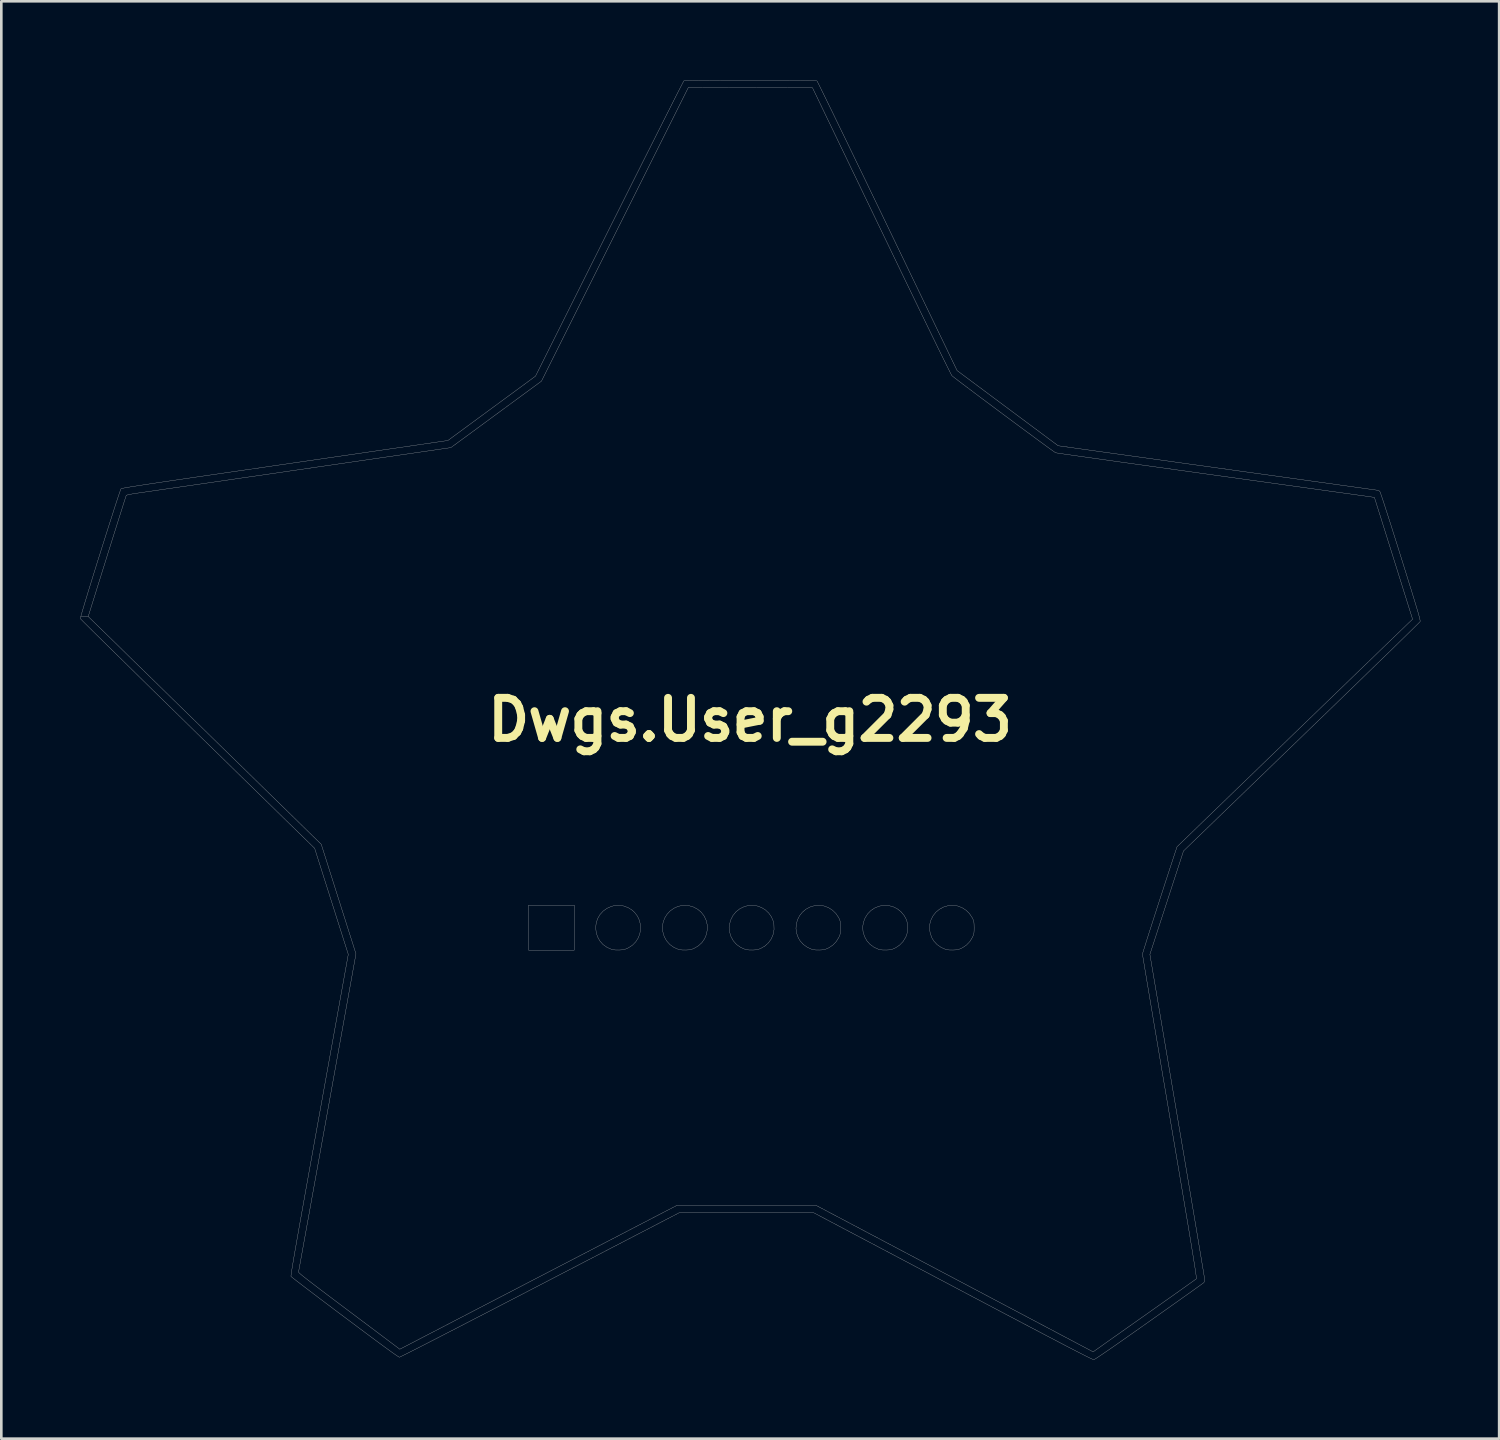
<source format=kicad_pcb>
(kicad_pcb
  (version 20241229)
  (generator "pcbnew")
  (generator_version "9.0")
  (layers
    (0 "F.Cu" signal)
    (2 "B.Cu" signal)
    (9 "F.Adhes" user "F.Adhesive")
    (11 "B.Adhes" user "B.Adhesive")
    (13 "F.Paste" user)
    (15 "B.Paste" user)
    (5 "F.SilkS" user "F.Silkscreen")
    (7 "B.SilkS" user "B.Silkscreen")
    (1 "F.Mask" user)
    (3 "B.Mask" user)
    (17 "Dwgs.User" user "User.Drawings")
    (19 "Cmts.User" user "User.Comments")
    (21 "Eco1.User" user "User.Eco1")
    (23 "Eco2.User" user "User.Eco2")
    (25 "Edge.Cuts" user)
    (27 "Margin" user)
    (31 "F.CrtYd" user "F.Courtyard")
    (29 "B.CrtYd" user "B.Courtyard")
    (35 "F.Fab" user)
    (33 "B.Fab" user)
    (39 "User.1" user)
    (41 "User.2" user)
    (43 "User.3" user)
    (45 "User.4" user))
  (footprint "Dwgs.User_g2293"
    (layer "F.Cu")
    (at 25.478 24.325)
    (property "Reference" "Dwgs.User_g2293" (at 0 0 0) (layer "F.SilkS") (effects (font (size 1.524 1.524) (thickness 0.3))))
    (attr through_hole)
    (fp_poly (pts (xy -6.689 8.763) (xy -8.424 8.763) (xy -8.424 7.048) (xy -6.689 7.048) (xy -6.689 8.763)) (stroke (width 0.01) (type solid)) (fill no) (layer "Dwgs.User"))
    (fp_poly (pts (xy -4.804 7.083) (xy -4.635 7.146) (xy -4.481 7.244) (xy -4.391 7.327) (xy -4.281 7.473) (xy -4.208 7.633) (xy -4.17 7.802) (xy -4.166 7.973) (xy -4.195 8.141) (xy -4.257 8.3) (xy -4.35 8.445) (xy -4.472 8.571) (xy -4.624 8.67) (xy -4.652 8.684) (xy -4.733 8.719) (xy -4.803 8.74) (xy -4.882 8.751) (xy -4.985 8.757) (xy -5.105 8.756) (xy -5.204 8.747) (xy -5.26 8.735) (xy -5.443 8.654) (xy -5.596 8.545) (xy -5.717 8.408) (xy -5.805 8.246) (xy -5.854 8.084) (xy -5.873 7.899) (xy -5.852 7.721) (xy -5.795 7.555) (xy -5.706 7.404) (xy -5.587 7.274) (xy -5.442 7.17) (xy -5.273 7.096) (xy -5.159 7.067) (xy -4.981 7.056) (xy -4.804 7.083)) (stroke (width 0.01) (type solid)) (fill no) (layer "Dwgs.User"))
    (fp_poly (pts (xy -2.334 7.067) (xy -2.152 7.121) (xy -1.99 7.208) (xy -1.854 7.325) (xy -1.745 7.468) (xy -1.669 7.632) (xy -1.634 7.785) (xy -1.627 7.976) (xy -1.66 8.158) (xy -1.729 8.325) (xy -1.832 8.473) (xy -1.967 8.597) (xy -2.117 8.686) (xy -2.195 8.72) (xy -2.266 8.741) (xy -2.346 8.752) (xy -2.445 8.757) (xy -2.565 8.756) (xy -2.664 8.747) (xy -2.72 8.735) (xy -2.903 8.654) (xy -3.056 8.544) (xy -3.178 8.406) (xy -3.267 8.243) (xy -3.321 8.056) (xy -3.324 8.041) (xy -3.334 7.863) (xy -3.306 7.692) (xy -3.245 7.533) (xy -3.154 7.39) (xy -3.037 7.267) (xy -2.899 7.169) (xy -2.744 7.098) (xy -2.577 7.06) (xy -2.401 7.058) (xy -2.334 7.067)) (stroke (width 0.01) (type solid)) (fill no) (layer "Dwgs.User"))
    (fp_poly (pts (xy 0.273 7.081) (xy 0.435 7.141) (xy 0.583 7.232) (xy 0.709 7.351) (xy 0.809 7.492) (xy 0.878 7.654) (xy 0.905 7.78) (xy 0.911 7.974) (xy 0.878 8.157) (xy 0.81 8.325) (xy 0.707 8.473) (xy 0.573 8.597) (xy 0.423 8.686) (xy 0.345 8.72) (xy 0.274 8.741) (xy 0.194 8.752) (xy 0.095 8.757) (xy -0.024 8.756) (xy -0.123 8.747) (xy -0.18 8.735) (xy -0.363 8.654) (xy -0.516 8.545) (xy -0.638 8.408) (xy -0.727 8.245) (xy -0.774 8.092) (xy -0.793 7.993) (xy -0.799 7.913) (xy -0.793 7.831) (xy -0.787 7.797) (xy -0.736 7.609) (xy -0.651 7.442) (xy -0.534 7.3) (xy -0.39 7.187) (xy -0.222 7.106) (xy -0.079 7.067) (xy 0.099 7.055) (xy 0.273 7.081)) (stroke (width 0.01) (type solid)) (fill no) (layer "Dwgs.User"))
    (fp_poly (pts (xy 2.814 7.082) (xy 2.981 7.145) (xy 3.132 7.241) (xy 3.262 7.366) (xy 3.365 7.518) (xy 3.385 7.556) (xy 3.41 7.614) (xy 3.426 7.667) (xy 3.435 7.728) (xy 3.439 7.809) (xy 3.44 7.906) (xy 3.439 8.012) (xy 3.435 8.088) (xy 3.425 8.147) (xy 3.408 8.201) (xy 3.381 8.263) (xy 3.374 8.276) (xy 3.278 8.433) (xy 3.149 8.567) (xy 2.997 8.67) (xy 2.963 8.686) (xy 2.885 8.72) (xy 2.814 8.741) (xy 2.734 8.752) (xy 2.635 8.757) (xy 2.515 8.756) (xy 2.416 8.747) (xy 2.36 8.735) (xy 2.183 8.656) (xy 2.03 8.548) (xy 1.907 8.415) (xy 1.835 8.296) (xy 1.77 8.121) (xy 1.745 7.943) (xy 1.757 7.769) (xy 1.804 7.603) (xy 1.882 7.451) (xy 1.99 7.316) (xy 2.125 7.203) (xy 2.284 7.119) (xy 2.461 7.067) (xy 2.639 7.055) (xy 2.814 7.082)) (stroke (width 0.01) (type solid)) (fill no) (layer "Dwgs.User"))
    (fp_poly (pts (xy 5.265 7.065) (xy 5.435 7.108) (xy 5.593 7.186) (xy 5.734 7.296) (xy 5.854 7.438) (xy 5.92 7.552) (xy 5.947 7.61) (xy 5.964 7.662) (xy 5.974 7.719) (xy 5.978 7.794) (xy 5.98 7.898) (xy 5.98 7.906) (xy 5.979 8.012) (xy 5.975 8.088) (xy 5.965 8.147) (xy 5.948 8.201) (xy 5.921 8.263) (xy 5.914 8.276) (xy 5.818 8.433) (xy 5.689 8.567) (xy 5.537 8.67) (xy 5.503 8.686) (xy 5.425 8.72) (xy 5.354 8.741) (xy 5.274 8.752) (xy 5.175 8.757) (xy 5.055 8.756) (xy 4.956 8.747) (xy 4.9 8.735) (xy 4.718 8.654) (xy 4.564 8.543) (xy 4.441 8.405) (xy 4.351 8.242) (xy 4.296 8.055) (xy 4.294 8.044) (xy 4.283 7.869) (xy 4.312 7.695) (xy 4.376 7.53) (xy 4.472 7.38) (xy 4.597 7.252) (xy 4.737 7.159) (xy 4.911 7.088) (xy 5.088 7.057) (xy 5.265 7.065)) (stroke (width 0.01) (type solid)) (fill no) (layer "Dwgs.User"))
    (fp_poly (pts (xy 7.896 7.082) (xy 8.062 7.146) (xy 8.212 7.243) (xy 8.342 7.37) (xy 8.446 7.525) (xy 8.46 7.552) (xy 8.487 7.61) (xy 8.504 7.662) (xy 8.514 7.719) (xy 8.518 7.794) (xy 8.52 7.898) (xy 8.52 7.906) (xy 8.519 8.012) (xy 8.515 8.088) (xy 8.505 8.147) (xy 8.488 8.201) (xy 8.461 8.263) (xy 8.454 8.276) (xy 8.358 8.433) (xy 8.229 8.567) (xy 8.077 8.67) (xy 8.043 8.686) (xy 7.965 8.72) (xy 7.894 8.741) (xy 7.814 8.752) (xy 7.715 8.757) (xy 7.595 8.756) (xy 7.496 8.747) (xy 7.44 8.735) (xy 7.263 8.656) (xy 7.11 8.548) (xy 6.987 8.415) (xy 6.915 8.296) (xy 6.85 8.119) (xy 6.824 7.942) (xy 6.836 7.767) (xy 6.882 7.602) (xy 6.961 7.449) (xy 7.069 7.315) (xy 7.205 7.203) (xy 7.366 7.118) (xy 7.544 7.067) (xy 7.722 7.055) (xy 7.896 7.082)) (stroke (width 0.01) (type solid)) (fill no) (layer "Dwgs.User"))
    (fp_poly (pts (xy 0.406 -24.32) (xy 0.759 -24.32) (xy 1.074 -24.319) (xy 1.353 -24.319) (xy 1.597 -24.318) (xy 1.808 -24.317) (xy 1.988 -24.315) (xy 2.139 -24.313) (xy 2.263 -24.311) (xy 2.362 -24.309) (xy 2.437 -24.306) (xy 2.491 -24.303) (xy 2.526 -24.299) (xy 2.544 -24.295) (xy 2.545 -24.294) (xy 2.557 -24.273) (xy 2.587 -24.215) (xy 2.633 -24.123) (xy 2.696 -23.996) (xy 2.774 -23.838) (xy 2.866 -23.649) (xy 2.973 -23.43) (xy 3.093 -23.185) (xy 3.225 -22.913) (xy 3.369 -22.617) (xy 3.524 -22.298) (xy 3.689 -21.957) (xy 3.864 -21.596) (xy 4.047 -21.217) (xy 4.239 -20.821) (xy 4.438 -20.409) (xy 4.643 -19.984) (xy 4.854 -19.546) (xy 5.071 -19.097) (xy 5.226 -18.775) (xy 7.872 -13.282) (xy 9.794 -11.852) (xy 11.716 -10.422) (xy 12.806 -10.27) (xy 12.93 -10.253) (xy 13.093 -10.23) (xy 13.294 -10.202) (xy 13.529 -10.169) (xy 13.797 -10.132) (xy 14.094 -10.091) (xy 14.419 -10.045) (xy 14.769 -9.997) (xy 15.142 -9.945) (xy 15.535 -9.89) (xy 15.946 -9.833) (xy 16.372 -9.773) (xy 16.812 -9.712) (xy 17.262 -9.65) (xy 17.72 -9.586) (xy 18.185 -9.521) (xy 18.652 -9.456) (xy 18.838 -9.43) (xy 19.291 -9.367) (xy 19.734 -9.306) (xy 20.164 -9.246) (xy 20.579 -9.188) (xy 20.979 -9.132) (xy 21.36 -9.079) (xy 21.721 -9.029) (xy 22.061 -8.982) (xy 22.376 -8.937) (xy 22.667 -8.897) (xy 22.93 -8.86) (xy 23.163 -8.828) (xy 23.366 -8.799) (xy 23.535 -8.775) (xy 23.67 -8.757) (xy 23.768 -8.743) (xy 23.827 -8.734) (xy 23.846 -8.731) (xy 23.904 -8.715) (xy 23.946 -8.694) (xy 23.957 -8.67) (xy 23.981 -8.606) (xy 24.016 -8.505) (xy 24.063 -8.366) (xy 24.12 -8.193) (xy 24.187 -7.984) (xy 24.265 -7.743) (xy 24.352 -7.47) (xy 24.448 -7.166) (xy 24.553 -6.833) (xy 24.667 -6.472) (xy 24.743 -6.226) (xy 24.858 -5.859) (xy 24.961 -5.529) (xy 25.052 -5.236) (xy 25.133 -4.977) (xy 25.203 -4.749) (xy 25.264 -4.552) (xy 25.315 -4.382) (xy 25.359 -4.237) (xy 25.395 -4.116) (xy 25.423 -4.016) (xy 25.446 -3.935) (xy 25.462 -3.871) (xy 25.473 -3.822) (xy 25.48 -3.786) (xy 25.483 -3.76) (xy 25.483 -3.743) (xy 25.48 -3.732) (xy 25.48 -3.732) (xy 25.462 -3.713) (xy 25.416 -3.666) (xy 25.341 -3.592) (xy 25.24 -3.492) (xy 25.113 -3.367) (xy 24.961 -3.218) (xy 24.786 -3.048) (xy 24.589 -2.856) (xy 24.372 -2.643) (xy 24.134 -2.412) (xy 23.878 -2.164) (xy 23.605 -1.898) (xy 23.315 -1.617) (xy 23.011 -1.322) (xy 22.693 -1.014) (xy 22.363 -0.694) (xy 22.021 -0.363) (xy 21.669 -0.023) (xy 21.308 0.326) (xy 20.968 0.655) (xy 16.483 4.99) (xy 15.844 6.956) (xy 15.205 8.922) (xy 16.248 15.082) (xy 16.333 15.587) (xy 16.417 16.081) (xy 16.499 16.563) (xy 16.578 17.032) (xy 16.654 17.485) (xy 16.728 17.921) (xy 16.798 18.338) (xy 16.865 18.735) (xy 16.928 19.11) (xy 16.987 19.461) (xy 17.041 19.787) (xy 17.091 20.086) (xy 17.136 20.356) (xy 17.176 20.596) (xy 17.211 20.804) (xy 17.24 20.978) (xy 17.262 21.117) (xy 17.279 21.219) (xy 17.289 21.283) (xy 17.292 21.306) (xy 17.274 21.379) (xy 17.246 21.414) (xy 17.222 21.432) (xy 17.167 21.472) (xy 17.081 21.534) (xy 16.967 21.615) (xy 16.828 21.715) (xy 16.665 21.831) (xy 16.48 21.962) (xy 16.277 22.107) (xy 16.056 22.263) (xy 15.821 22.43) (xy 15.573 22.605) (xy 15.315 22.788) (xy 15.166 22.893) (xy 14.814 23.142) (xy 14.495 23.366) (xy 14.21 23.566) (xy 13.958 23.742) (xy 13.738 23.895) (xy 13.551 24.024) (xy 13.394 24.131) (xy 13.269 24.215) (xy 13.175 24.277) (xy 13.11 24.317) (xy 13.075 24.335) (xy 13.07 24.336) (xy 13.057 24.333) (xy 13.031 24.323) (xy 12.99 24.305) (xy 12.933 24.279) (xy 12.86 24.243) (xy 12.768 24.198) (xy 12.658 24.142) (xy 12.527 24.075) (xy 12.375 23.997) (xy 12.201 23.907) (xy 12.004 23.805) (xy 11.782 23.689) (xy 11.534 23.559) (xy 11.259 23.415) (xy 10.956 23.256) (xy 10.624 23.082) (xy 10.262 22.891) (xy 9.869 22.684) (xy 9.443 22.46) (xy 8.984 22.217) (xy 8.49 21.957) (xy 7.961 21.677) (xy 7.718 21.548) (xy 2.428 18.754) (xy -2.708 18.754) (xy -7.995 21.498) (xy -8.439 21.728) (xy -8.873 21.953) (xy -9.296 22.172) (xy -9.707 22.385) (xy -10.103 22.59) (xy -10.484 22.786) (xy -10.848 22.974) (xy -11.194 23.152) (xy -11.519 23.32) (xy -11.822 23.476) (xy -12.103 23.62) (xy -12.358 23.751) (xy -12.588 23.868) (xy -12.79 23.971) (xy -12.962 24.058) (xy -13.104 24.13) (xy -13.214 24.184) (xy -13.289 24.221) (xy -13.33 24.24) (xy -13.336 24.242) (xy -13.356 24.234) (xy -13.397 24.209) (xy -13.461 24.167) (xy -13.549 24.106) (xy -13.661 24.026) (xy -13.799 23.926) (xy -13.964 23.806) (xy -14.157 23.664) (xy -14.379 23.5) (xy -14.631 23.312) (xy -14.913 23.102) (xy -15.228 22.866) (xy -15.414 22.727) (xy -15.674 22.533) (xy -15.924 22.345) (xy -16.163 22.165) (xy -16.388 21.995) (xy -16.598 21.836) (xy -16.79 21.69) (xy -16.962 21.559) (xy -17.112 21.444) (xy -17.238 21.347) (xy -17.338 21.27) (xy -17.41 21.213) (xy -17.451 21.179) (xy -17.461 21.169) (xy -17.462 21.157) (xy -17.459 21.127) (xy -17.453 21.079) (xy -17.444 21.011) (xy -17.43 20.923) (xy -17.412 20.813) (xy -17.39 20.68) (xy -17.364 20.523) (xy -17.333 20.341) (xy -17.297 20.133) (xy -17.255 19.897) (xy -17.209 19.632) (xy -17.157 19.337) (xy -17.099 19.012) (xy -17.035 18.654) (xy -16.965 18.263) (xy -16.889 17.837) (xy -16.806 17.376) (xy -16.717 16.877) (xy -16.62 16.341) (xy -16.517 15.766) (xy -16.406 15.151) (xy -16.383 15.024) (xy -15.282 8.922) (xy -16.561 4.889) (xy -21.011 0.539) (xy -21.376 0.182) (xy -21.734 -0.168) (xy -22.082 -0.509) (xy -22.42 -0.84) (xy -22.747 -1.16) (xy -23.061 -1.468) (xy -23.362 -1.763) (xy -23.647 -2.043) (xy -23.916 -2.308) (xy -24.168 -2.555) (xy -24.402 -2.785) (xy -24.616 -2.996) (xy -24.808 -3.186) (xy -24.979 -3.354) (xy -25.126 -3.5) (xy -25.249 -3.623) (xy -25.347 -3.72) (xy -25.417 -3.791) (xy -25.46 -3.834) (xy -25.473 -3.849) (xy -25.469 -3.875) (xy -25.455 -3.928) (xy -25.173 -3.928) (xy -24.837 -3.6) (xy -24.793 -3.557) (xy -24.72 -3.486) (xy -24.619 -3.387) (xy -24.492 -3.263) (xy -24.34 -3.115) (xy -24.165 -2.944) (xy -23.968 -2.752) (xy -23.751 -2.539) (xy -23.514 -2.307) (xy -23.259 -2.058) (xy -22.987 -1.793) (xy -22.7 -1.512) (xy -22.4 -1.218) (xy -22.087 -0.912) (xy -21.763 -0.596) (xy -21.429 -0.269) (xy -21.087 0.065) (xy -20.738 0.407) (xy -20.405 0.732) (xy -16.309 4.737) (xy -15.65 6.819) (xy -14.99 8.901) (xy -16.077 14.933) (xy -16.167 15.432) (xy -16.255 15.92) (xy -16.341 16.396) (xy -16.425 16.858) (xy -16.505 17.305) (xy -16.583 17.734) (xy -16.657 18.144) (xy -16.727 18.534) (xy -16.793 18.901) (xy -16.856 19.245) (xy -16.913 19.563) (xy -16.966 19.854) (xy -17.013 20.116) (xy -17.055 20.347) (xy -17.091 20.547) (xy -17.121 20.712) (xy -17.145 20.842) (xy -17.162 20.935) (xy -17.172 20.99) (xy -17.174 21.004) (xy -17.169 21.015) (xy -17.15 21.036) (xy -17.114 21.069) (xy -17.061 21.113) (xy -16.989 21.172) (xy -16.897 21.245) (xy -16.782 21.334) (xy -16.644 21.44) (xy -16.481 21.565) (xy -16.291 21.709) (xy -16.074 21.873) (xy -15.826 22.06) (xy -15.548 22.269) (xy -15.253 22.49) (xy -13.322 23.939) (xy -8.053 21.203) (xy -2.783 18.468) (xy 2.508 18.468) (xy 7.778 21.253) (xy 13.047 24.039) (xy 13.366 23.814) (xy 13.43 23.768) (xy 13.526 23.7) (xy 13.65 23.612) (xy 13.8 23.506) (xy 13.973 23.385) (xy 14.164 23.249) (xy 14.372 23.103) (xy 14.594 22.946) (xy 14.825 22.783) (xy 15.064 22.615) (xy 15.306 22.443) (xy 15.314 22.438) (xy 15.549 22.272) (xy 15.774 22.113) (xy 15.988 21.962) (xy 16.187 21.821) (xy 16.369 21.692) (xy 16.531 21.577) (xy 16.672 21.476) (xy 16.789 21.393) (xy 16.879 21.329) (xy 16.94 21.285) (xy 16.97 21.264) (xy 16.972 21.262) (xy 16.974 21.253) (xy 16.973 21.232) (xy 16.97 21.197) (xy 16.964 21.147) (xy 16.955 21.081) (xy 16.943 20.996) (xy 16.928 20.893) (xy 16.909 20.77) (xy 16.886 20.625) (xy 16.859 20.457) (xy 16.828 20.265) (xy 16.793 20.048) (xy 16.753 19.804) (xy 16.708 19.532) (xy 16.658 19.232) (xy 16.602 18.9) (xy 16.541 18.537) (xy 16.475 18.141) (xy 16.403 17.711) (xy 16.324 17.245) (xy 16.239 16.742) (xy 16.148 16.202) (xy 16.05 15.622) (xy 15.961 15.097) (xy 15.876 14.593) (xy 15.793 14.1) (xy 15.711 13.619) (xy 15.632 13.152) (xy 15.556 12.7) (xy 15.483 12.266) (xy 15.413 11.85) (xy 15.346 11.455) (xy 15.284 11.082) (xy 15.225 10.733) (xy 15.171 10.409) (xy 15.121 10.113) (xy 15.076 9.845) (xy 15.037 9.607) (xy 15.002 9.402) (xy 14.974 9.23) (xy 14.951 9.093) (xy 14.935 8.994) (xy 14.925 8.933) (xy 14.922 8.912) (xy 14.929 8.886) (xy 14.947 8.824) (xy 14.977 8.727) (xy 15.017 8.599) (xy 15.066 8.442) (xy 15.124 8.261) (xy 15.188 8.058) (xy 15.259 7.837) (xy 15.335 7.599) (xy 15.416 7.349) (xy 15.5 7.089) (xy 15.586 6.822) (xy 15.674 6.552) (xy 15.761 6.281) (xy 15.849 6.013) (xy 15.934 5.75) (xy 16.018 5.496) (xy 16.097 5.254) (xy 16.131 5.15) (xy 16.238 4.828) (xy 20.579 0.631) (xy 20.942 0.28) (xy 21.298 -0.064) (xy 21.646 -0.4) (xy 21.984 -0.727) (xy 22.311 -1.043) (xy 22.627 -1.348) (xy 22.928 -1.639) (xy 23.215 -1.917) (xy 23.487 -2.179) (xy 23.741 -2.424) (xy 23.976 -2.652) (xy 24.192 -2.86) (xy 24.387 -3.048) (xy 24.56 -3.215) (xy 24.709 -3.359) (xy 24.834 -3.479) (xy 24.933 -3.575) (xy 25.004 -3.643) (xy 25.047 -3.685) (xy 25.059 -3.695) (xy 25.196 -3.824) (xy 24.472 -6.139) (xy 24.377 -6.441) (xy 24.286 -6.732) (xy 24.199 -7.009) (xy 24.118 -7.269) (xy 24.042 -7.511) (xy 23.973 -7.73) (xy 23.911 -7.926) (xy 23.858 -8.095) (xy 23.814 -8.235) (xy 23.78 -8.343) (xy 23.756 -8.416) (xy 23.744 -8.454) (xy 23.743 -8.458) (xy 23.722 -8.461) (xy 23.663 -8.47) (xy 23.57 -8.483) (xy 23.447 -8.501) (xy 23.299 -8.522) (xy 23.129 -8.545) (xy 22.941 -8.572) (xy 22.74 -8.6) (xy 22.722 -8.602) (xy 21.878 -8.719) (xy 21.075 -8.831) (xy 20.312 -8.937) (xy 19.588 -9.038) (xy 18.902 -9.133) (xy 18.254 -9.223) (xy 17.643 -9.308) (xy 17.067 -9.388) (xy 16.526 -9.464) (xy 16.019 -9.534) (xy 15.545 -9.6) (xy 15.103 -9.662) (xy 14.693 -9.719) (xy 14.312 -9.772) (xy 13.961 -9.821) (xy 13.639 -9.867) (xy 13.344 -9.908) (xy 13.076 -9.946) (xy 12.834 -9.98) (xy 12.617 -10.01) (xy 12.424 -10.038) (xy 12.254 -10.062) (xy 12.106 -10.083) (xy 11.98 -10.101) (xy 11.874 -10.116) (xy 11.788 -10.129) (xy 11.721 -10.139) (xy 11.671 -10.147) (xy 11.639 -10.152) (xy 11.622 -10.155) (xy 11.62 -10.156) (xy 11.596 -10.171) (xy 11.54 -10.21) (xy 11.456 -10.27) (xy 11.345 -10.349) (xy 11.212 -10.447) (xy 11.057 -10.56) (xy 10.885 -10.686) (xy 10.697 -10.825) (xy 10.496 -10.973) (xy 10.286 -11.128) (xy 10.067 -11.29) (xy 9.844 -11.456) (xy 9.618 -11.623) (xy 9.393 -11.791) (xy 9.17 -11.957) (xy 8.954 -12.118) (xy 8.745 -12.274) (xy 8.548 -12.422) (xy 8.363 -12.561) (xy 8.195 -12.687) (xy 8.046 -12.8) (xy 7.918 -12.897) (xy 7.815 -12.977) (xy 7.737 -13.037) (xy 7.689 -13.075) (xy 7.675 -13.088) (xy 7.659 -13.114) (xy 7.626 -13.177) (xy 7.576 -13.277) (xy 7.508 -13.412) (xy 7.424 -13.582) (xy 7.323 -13.785) (xy 7.207 -14.022) (xy 7.076 -14.29) (xy 6.93 -14.59) (xy 6.769 -14.921) (xy 6.595 -15.28) (xy 6.406 -15.669) (xy 6.205 -16.085) (xy 5.991 -16.528) (xy 5.764 -16.997) (xy 5.526 -17.491) (xy 5.276 -18.009) (xy 5.015 -18.55) (xy 4.993 -18.595) (xy 2.374 -24.035) (xy 0.012 -24.04) (xy -2.349 -24.046) (xy -5.142 -18.463) (xy -7.934 -12.88) (xy -9.347 -11.843) (xy -9.573 -11.677) (xy -9.795 -11.514) (xy -10.01 -11.356) (xy -10.216 -11.205) (xy -10.408 -11.064) (xy -10.583 -10.936) (xy -10.739 -10.821) (xy -10.871 -10.724) (xy -10.977 -10.647) (xy -11.054 -10.591) (xy -11.071 -10.578) (xy -11.382 -10.351) (xy -13.718 -10.011) (xy -14.169 -9.946) (xy -14.629 -9.879) (xy -15.098 -9.811) (xy -15.572 -9.742) (xy -16.051 -9.672) (xy -16.531 -9.603) (xy -17.01 -9.533) (xy -17.487 -9.464) (xy -17.96 -9.395) (xy -18.425 -9.327) (xy -18.882 -9.261) (xy -19.328 -9.197) (xy -19.76 -9.134) (xy -20.177 -9.073) (xy -20.576 -9.015) (xy -20.955 -8.96) (xy -21.313 -8.908) (xy -21.647 -8.86) (xy -21.955 -8.815) (xy -22.234 -8.775) (xy -22.483 -8.739) (xy -22.7 -8.707) (xy -22.882 -8.681) (xy -23.027 -8.66) (xy -23.133 -8.645) (xy -23.164 -8.64) (xy -23.343 -8.614) (xy -23.484 -8.592) (xy -23.59 -8.573) (xy -23.663 -8.557) (xy -23.708 -8.543) (xy -23.727 -8.531) (xy -23.728 -8.53) (xy -23.736 -8.506) (xy -23.756 -8.444) (xy -23.787 -8.347) (xy -23.829 -8.218) (xy -23.879 -8.058) (xy -23.939 -7.871) (xy -24.005 -7.658) (xy -24.079 -7.424) (xy -24.159 -7.17) (xy -24.244 -6.899) (xy -24.334 -6.613) (xy -24.427 -6.316) (xy -24.459 -6.213) (xy -25.173 -3.928) (xy -25.455 -3.928) (xy -25.452 -3.938) (xy -25.425 -4.035) (xy -25.387 -4.164) (xy -25.341 -4.32) (xy -25.286 -4.502) (xy -25.224 -4.706) (xy -25.156 -4.929) (xy -25.082 -5.169) (xy -25.004 -5.421) (xy -24.923 -5.684) (xy -24.839 -5.953) (xy -24.753 -6.227) (xy -24.667 -6.501) (xy -24.581 -6.774) (xy -24.497 -7.041) (xy -24.414 -7.301) (xy -24.335 -7.549) (xy -24.26 -7.783) (xy -24.191 -8) (xy -24.127 -8.197) (xy -24.07 -8.37) (xy -24.021 -8.518) (xy -23.981 -8.636) (xy -23.951 -8.722) (xy -23.932 -8.773) (xy -23.925 -8.785) (xy -23.915 -8.791) (xy -23.891 -8.798) (xy -23.852 -8.806) (xy -23.797 -8.817) (xy -23.725 -8.83) (xy -23.633 -8.846) (xy -23.521 -8.865) (xy -23.386 -8.886) (xy -23.228 -8.911) (xy -23.044 -8.939) (xy -22.833 -8.971) (xy -22.594 -9.007) (xy -22.325 -9.047) (xy -22.024 -9.091) (xy -21.691 -9.14) (xy -21.323 -9.194) (xy -20.919 -9.253) (xy -20.478 -9.317) (xy -19.997 -9.387) (xy -19.558 -9.451) (xy -19.104 -9.517) (xy -18.643 -9.583) (xy -18.18 -9.651) (xy -17.716 -9.718) (xy -17.256 -9.785) (xy -16.802 -9.851) (xy -16.358 -9.915) (xy -15.927 -9.978) (xy -15.512 -10.038) (xy -15.117 -10.095) (xy -14.745 -10.149) (xy -14.398 -10.2) (xy -14.081 -10.246) (xy -13.797 -10.287) (xy -13.548 -10.323) (xy -13.361 -10.35) (xy -11.493 -10.622) (xy -10.874 -11.077) (xy -10.738 -11.177) (xy -10.573 -11.298) (xy -10.385 -11.436) (xy -10.181 -11.586) (xy -9.965 -11.745) (xy -9.744 -11.907) (xy -9.523 -12.069) (xy -9.308 -12.227) (xy -9.207 -12.301) (xy -8.16 -13.071) (xy -5.355 -18.676) (xy -5.125 -19.134) (xy -4.9 -19.583) (xy -4.681 -20.02) (xy -4.468 -20.445) (xy -4.262 -20.855) (xy -4.064 -21.25) (xy -3.874 -21.627) (xy -3.693 -21.986) (xy -3.523 -22.325) (xy -3.363 -22.642) (xy -3.215 -22.937) (xy -3.078 -23.206) (xy -2.955 -23.45) (xy -2.846 -23.666) (xy -2.751 -23.852) (xy -2.671 -24.009) (xy -2.607 -24.133) (xy -2.56 -24.224) (xy -2.53 -24.281) (xy -2.518 -24.3) (xy -2.493 -24.303) (xy -2.426 -24.306) (xy -2.321 -24.308) (xy -2.179 -24.311) (xy -2.002 -24.313) (xy -1.792 -24.315) (xy -1.549 -24.316) (xy -1.277 -24.318) (xy -0.977 -24.319) (xy -0.65 -24.32) (xy -0.299 -24.32) (xy 0.012 -24.32) (xy 0.406 -24.32)) (stroke (width 0.01) (type solid)) (fill no) (layer "Dwgs.User")))
  (gr_rect
    (start -3 -3)
    (end 53.966 51.666)
    (stroke (width 0.1) (type default))
    (fill no)
    (layer "Edge.Cuts")))
</source>
